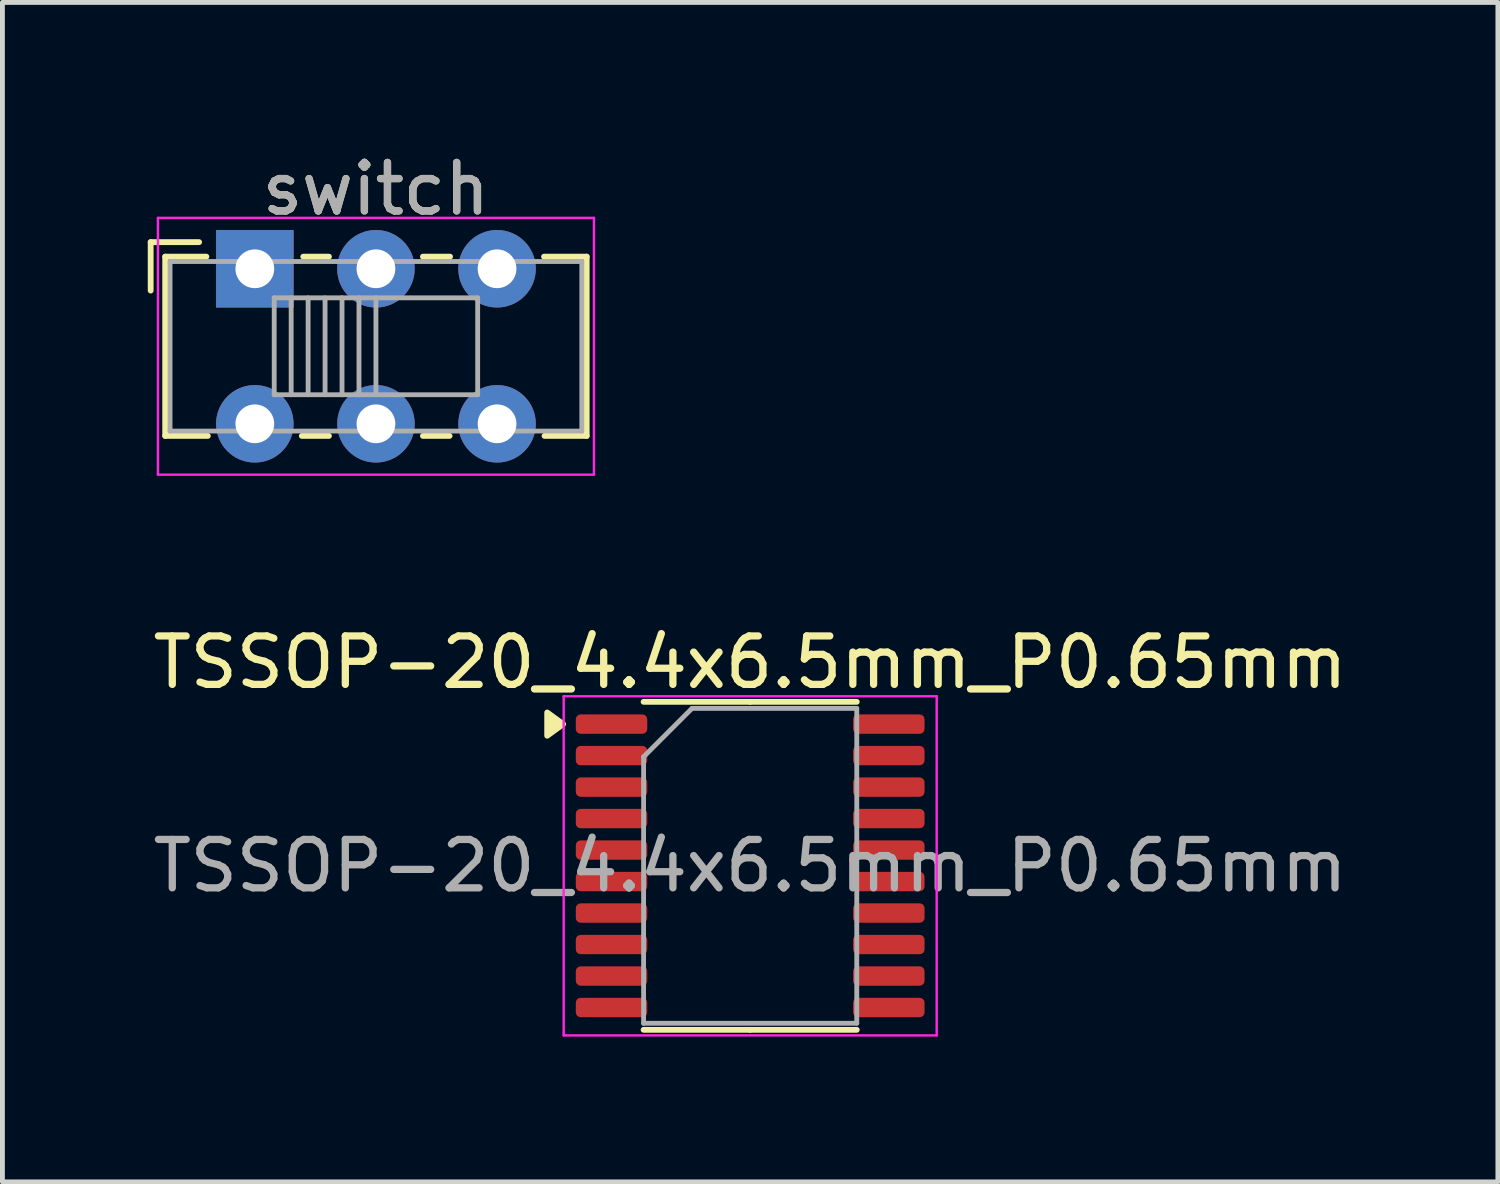
<source format=kicad_pcb>
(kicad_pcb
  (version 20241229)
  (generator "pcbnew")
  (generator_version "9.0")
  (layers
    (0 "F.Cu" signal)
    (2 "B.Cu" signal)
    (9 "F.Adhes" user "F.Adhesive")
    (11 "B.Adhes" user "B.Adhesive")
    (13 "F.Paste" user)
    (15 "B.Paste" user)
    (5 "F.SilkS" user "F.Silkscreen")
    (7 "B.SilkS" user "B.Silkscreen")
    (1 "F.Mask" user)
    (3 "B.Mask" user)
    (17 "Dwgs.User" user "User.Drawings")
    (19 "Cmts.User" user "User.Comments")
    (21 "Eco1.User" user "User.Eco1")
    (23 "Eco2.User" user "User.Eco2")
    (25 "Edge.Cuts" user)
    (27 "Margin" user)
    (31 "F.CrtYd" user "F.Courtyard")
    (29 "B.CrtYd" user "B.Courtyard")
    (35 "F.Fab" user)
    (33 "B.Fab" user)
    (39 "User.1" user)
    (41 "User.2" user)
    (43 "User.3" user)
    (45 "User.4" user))
  (footprint "TSSOP-20_4.4x6.5mm_P0.65mm"
    (layer "F.Cu")
    (at 12.435 14.822)
    (property "Reference" "TSSOP-20_4.4x6.5mm_P0.65mm" (at 0 -4.2 0) (layer "F.SilkS") (effects (font (size 1 1) (thickness 0.15))))
    (attr smd)
    (fp_line (start 0 -3.385) (end -2.2 -3.385) (stroke (width 0.12) (type solid)) (layer "F.SilkS"))
    (fp_line (start 0 -3.385) (end 2.2 -3.385) (stroke (width 0.12) (type solid)) (layer "F.SilkS"))
    (fp_line (start 0 3.385) (end -2.2 3.385) (stroke (width 0.12) (type solid)) (layer "F.SilkS"))
    (fp_line (start 0 3.385) (end 2.2 3.385) (stroke (width 0.12) (type solid)) (layer "F.SilkS"))
    (fp_poly (pts (xy -3.86 -2.925) (xy -4.19 -3.165) (xy -4.19 -2.685) (xy -3.86 -2.925)) (stroke (width 0.12) (type solid)) (fill yes) (layer "F.SilkS"))
    (fp_line (start -3.85 -3.5) (end -3.85 3.5) (stroke (width 0.05) (type solid)) (layer "F.CrtYd"))
    (fp_line (start -3.85 3.5) (end 3.85 3.5) (stroke (width 0.05) (type solid)) (layer "F.CrtYd"))
    (fp_line (start 3.85 -3.5) (end -3.85 -3.5) (stroke (width 0.05) (type solid)) (layer "F.CrtYd"))
    (fp_line (start 3.85 3.5) (end 3.85 -3.5) (stroke (width 0.05) (type solid)) (layer "F.CrtYd"))
    (fp_line (start -2.2 -2.25) (end -1.2 -3.25) (stroke (width 0.1) (type solid)) (layer "F.Fab"))
    (fp_line (start -2.2 3.25) (end -2.2 -2.25) (stroke (width 0.1) (type solid)) (layer "F.Fab"))
    (fp_line (start -1.2 -3.25) (end 2.2 -3.25) (stroke (width 0.1) (type solid)) (layer "F.Fab"))
    (fp_line (start 2.2 -3.25) (end 2.2 3.25) (stroke (width 0.1) (type solid)) (layer "F.Fab"))
    (fp_line (start 2.2 3.25) (end -2.2 3.25) (stroke (width 0.1) (type solid)) (layer "F.Fab"))
    (fp_text user "${REFERENCE}" (at 0 0 0) (layer "F.Fab") (effects (font (size 1 1) (thickness 0.15))))
    (pad "1" smd roundrect (at -2.862 -2.925) (size 1.475 0.4) (layers "F.Cu" "F.Mask" "F.Paste") (roundrect_rratio 0.25))
    (pad "2" smd roundrect (at -2.862 -2.275) (size 1.475 0.4) (layers "F.Cu" "F.Mask" "F.Paste") (roundrect_rratio 0.25))
    (pad "3" smd roundrect (at -2.862 -1.625) (size 1.475 0.4) (layers "F.Cu" "F.Mask" "F.Paste") (roundrect_rratio 0.25))
    (pad "4" smd roundrect (at -2.862 -0.975) (size 1.475 0.4) (layers "F.Cu" "F.Mask" "F.Paste") (roundrect_rratio 0.25))
    (pad "5" smd roundrect (at -2.862 -0.325) (size 1.475 0.4) (layers "F.Cu" "F.Mask" "F.Paste") (roundrect_rratio 0.25))
    (pad "6" smd roundrect (at -2.862 0.325) (size 1.475 0.4) (layers "F.Cu" "F.Mask" "F.Paste") (roundrect_rratio 0.25))
    (pad "7" smd roundrect (at -2.862 0.975) (size 1.475 0.4) (layers "F.Cu" "F.Mask" "F.Paste") (roundrect_rratio 0.25))
    (pad "8" smd roundrect (at -2.862 1.625) (size 1.475 0.4) (layers "F.Cu" "F.Mask" "F.Paste") (roundrect_rratio 0.25))
    (pad "9" smd roundrect (at -2.862 2.275) (size 1.475 0.4) (layers "F.Cu" "F.Mask" "F.Paste") (roundrect_rratio 0.25))
    (pad "10" smd roundrect (at -2.862 2.925) (size 1.475 0.4) (layers "F.Cu" "F.Mask" "F.Paste") (roundrect_rratio 0.25))
    (pad "11" smd roundrect (at 2.862 2.925) (size 1.475 0.4) (layers "F.Cu" "F.Mask" "F.Paste") (roundrect_rratio 0.25))
    (pad "12" smd roundrect (at 2.862 2.275) (size 1.475 0.4) (layers "F.Cu" "F.Mask" "F.Paste") (roundrect_rratio 0.25))
    (pad "13" smd roundrect (at 2.862 1.625) (size 1.475 0.4) (layers "F.Cu" "F.Mask" "F.Paste") (roundrect_rratio 0.25))
    (pad "14" smd roundrect (at 2.862 0.975) (size 1.475 0.4) (layers "F.Cu" "F.Mask" "F.Paste") (roundrect_rratio 0.25))
    (pad "15" smd roundrect (at 2.862 0.325) (size 1.475 0.4) (layers "F.Cu" "F.Mask" "F.Paste") (roundrect_rratio 0.25))
    (pad "16" smd roundrect (at 2.862 -0.325) (size 1.475 0.4) (layers "F.Cu" "F.Mask" "F.Paste") (roundrect_rratio 0.25))
    (pad "17" smd roundrect (at 2.862 -0.975) (size 1.475 0.4) (layers "F.Cu" "F.Mask" "F.Paste") (roundrect_rratio 0.25))
    (pad "18" smd roundrect (at 2.862 -1.625) (size 1.475 0.4) (layers "F.Cu" "F.Mask" "F.Paste") (roundrect_rratio 0.25))
    (pad "19" smd roundrect (at 2.862 -2.275) (size 1.475 0.4) (layers "F.Cu" "F.Mask" "F.Paste") (roundrect_rratio 0.25))
    (pad "20" smd roundrect (at 2.862 -2.925) (size 1.475 0.4) (layers "F.Cu" "F.Mask" "F.Paste") (roundrect_rratio 0.25)))
  (footprint "switch"
    (layer "F.Cu")
    (at 2.21 2.498)
    (property "Reference" "switch" (at 2.5 -1.65 0) (layer "F.SilkS") (effects (font (size 1 1) (thickness 0.15))))
    (attr through_hole)
    (fp_line (start -2.15 -0.55) (end -1.15 -0.55) (stroke (width 0.12) (type solid)) (layer "F.SilkS"))
    (fp_line (start -2.15 0.45) (end -2.15 -0.55) (stroke (width 0.12) (type solid)) (layer "F.SilkS"))
    (fp_line (start -1.85 -0.25) (end -1 -0.25) (stroke (width 0.12) (type solid)) (layer "F.SilkS"))
    (fp_line (start -1.85 3.45) (end -1.85 -0.25) (stroke (width 0.12) (type solid)) (layer "F.SilkS"))
    (fp_line (start -0.97 3.45) (end -1.85 3.45) (stroke (width 0.12) (type solid)) (layer "F.SilkS"))
    (fp_line (start 1 -0.25) (end 1.53 -0.25) (stroke (width 0.12) (type solid)) (layer "F.SilkS"))
    (fp_line (start 1.53 3.45) (end 0.97 3.45) (stroke (width 0.12) (type solid)) (layer "F.SilkS"))
    (fp_line (start 3.47 -0.25) (end 4.03 -0.25) (stroke (width 0.12) (type solid)) (layer "F.SilkS"))
    (fp_line (start 4.02 3.45) (end 3.47 3.45) (stroke (width 0.12) (type solid)) (layer "F.SilkS"))
    (fp_line (start 5.97 -0.25) (end 6.85 -0.25) (stroke (width 0.12) (type solid)) (layer "F.SilkS"))
    (fp_line (start 6.85 -0.25) (end 6.85 3.45) (stroke (width 0.12) (type solid)) (layer "F.SilkS"))
    (fp_line (start 6.85 3.45) (end 5.98 3.45) (stroke (width 0.12) (type solid)) (layer "F.SilkS"))
    (fp_line (start -2 -1.05) (end 7 -1.05) (stroke (width 0.05) (type solid)) (layer "F.CrtYd"))
    (fp_line (start -2 4.25) (end -2 -1.05) (stroke (width 0.05) (type solid)) (layer "F.CrtYd"))
    (fp_line (start 7 -1.05) (end 7 4.25) (stroke (width 0.05) (type solid)) (layer "F.CrtYd"))
    (fp_line (start 7 4.25) (end -2 4.25) (stroke (width 0.05) (type solid)) (layer "F.CrtYd"))
    (fp_line (start -1.75 -0.15) (end -1.75 3.35) (stroke (width 0.1) (type solid)) (layer "F.Fab"))
    (fp_line (start -1.75 -0.15) (end 6.75 -0.15) (stroke (width 0.1) (type solid)) (layer "F.Fab"))
    (fp_line (start 0.4 0.6) (end 0.4 2.6) (stroke (width 0.1) (type solid)) (layer "F.Fab"))
    (fp_line (start 0.4 0.6) (end 4.6 0.6) (stroke (width 0.1) (type solid)) (layer "F.Fab"))
    (fp_line (start 0.75 0.6) (end 0.75 2.6) (stroke (width 0.1) (type solid)) (layer "F.Fab"))
    (fp_line (start 1.1 0.6) (end 1.1 2.6) (stroke (width 0.1) (type solid)) (layer "F.Fab"))
    (fp_line (start 1.45 0.6) (end 1.45 2.6) (stroke (width 0.1) (type solid)) (layer "F.Fab"))
    (fp_line (start 1.8 0.6) (end 1.8 2.6) (stroke (width 0.1) (type solid)) (layer "F.Fab"))
    (fp_line (start 2.15 0.6) (end 2.15 2.6) (stroke (width 0.1) (type solid)) (layer "F.Fab"))
    (fp_line (start 2.5 0.6) (end 2.5 2.6) (stroke (width 0.1) (type solid)) (layer "F.Fab"))
    (fp_line (start 4.6 0.6) (end 4.6 2.6) (stroke (width 0.1) (type solid)) (layer "F.Fab"))
    (fp_line (start 4.6 2.6) (end 0.4 2.6) (stroke (width 0.1) (type solid)) (layer "F.Fab"))
    (fp_line (start 6.75 -0.15) (end 6.75 3.35) (stroke (width 0.1) (type solid)) (layer "F.Fab"))
    (fp_line (start 6.75 3.35) (end -1.75 3.35) (stroke (width 0.1) (type solid)) (layer "F.Fab"))
    (fp_text user "${REFERENCE}" (at 2.5 -1.65 0) (layer "F.Fab") (effects (font (size 1 1) (thickness 0.15))))
    (pad "1" thru_hole rect (at 0 0) (size 1.6 1.6) (drill 0.8) (layers "*.Cu" "*.Mask"))
    (pad "1" thru_hole circle (at 0 3.2) (size 1.6 1.6) (drill 0.8) (layers "*.Cu" "*.Mask"))
    (pad "2" thru_hole circle (at 2.5 0) (size 1.6 1.6) (drill 0.8) (layers "*.Cu" "*.Mask"))
    (pad "2" thru_hole circle (at 2.5 3.2) (size 1.6 1.6) (drill 0.8) (layers "*.Cu" "*.Mask"))
    (pad "3" thru_hole circle (at 5 0) (size 1.6 1.6) (drill 0.8) (layers "*.Cu" "*.Mask"))
    (pad "3" thru_hole circle (at 5 3.2) (size 1.6 1.6) (drill 0.8) (layers "*.Cu" "*.Mask")))
  (gr_rect
    (start -3 -3)
    (end 27.869 21.346)
    (stroke (width 0.1) (type default))
    (fill no)
    (layer "Edge.Cuts")))
</source>
